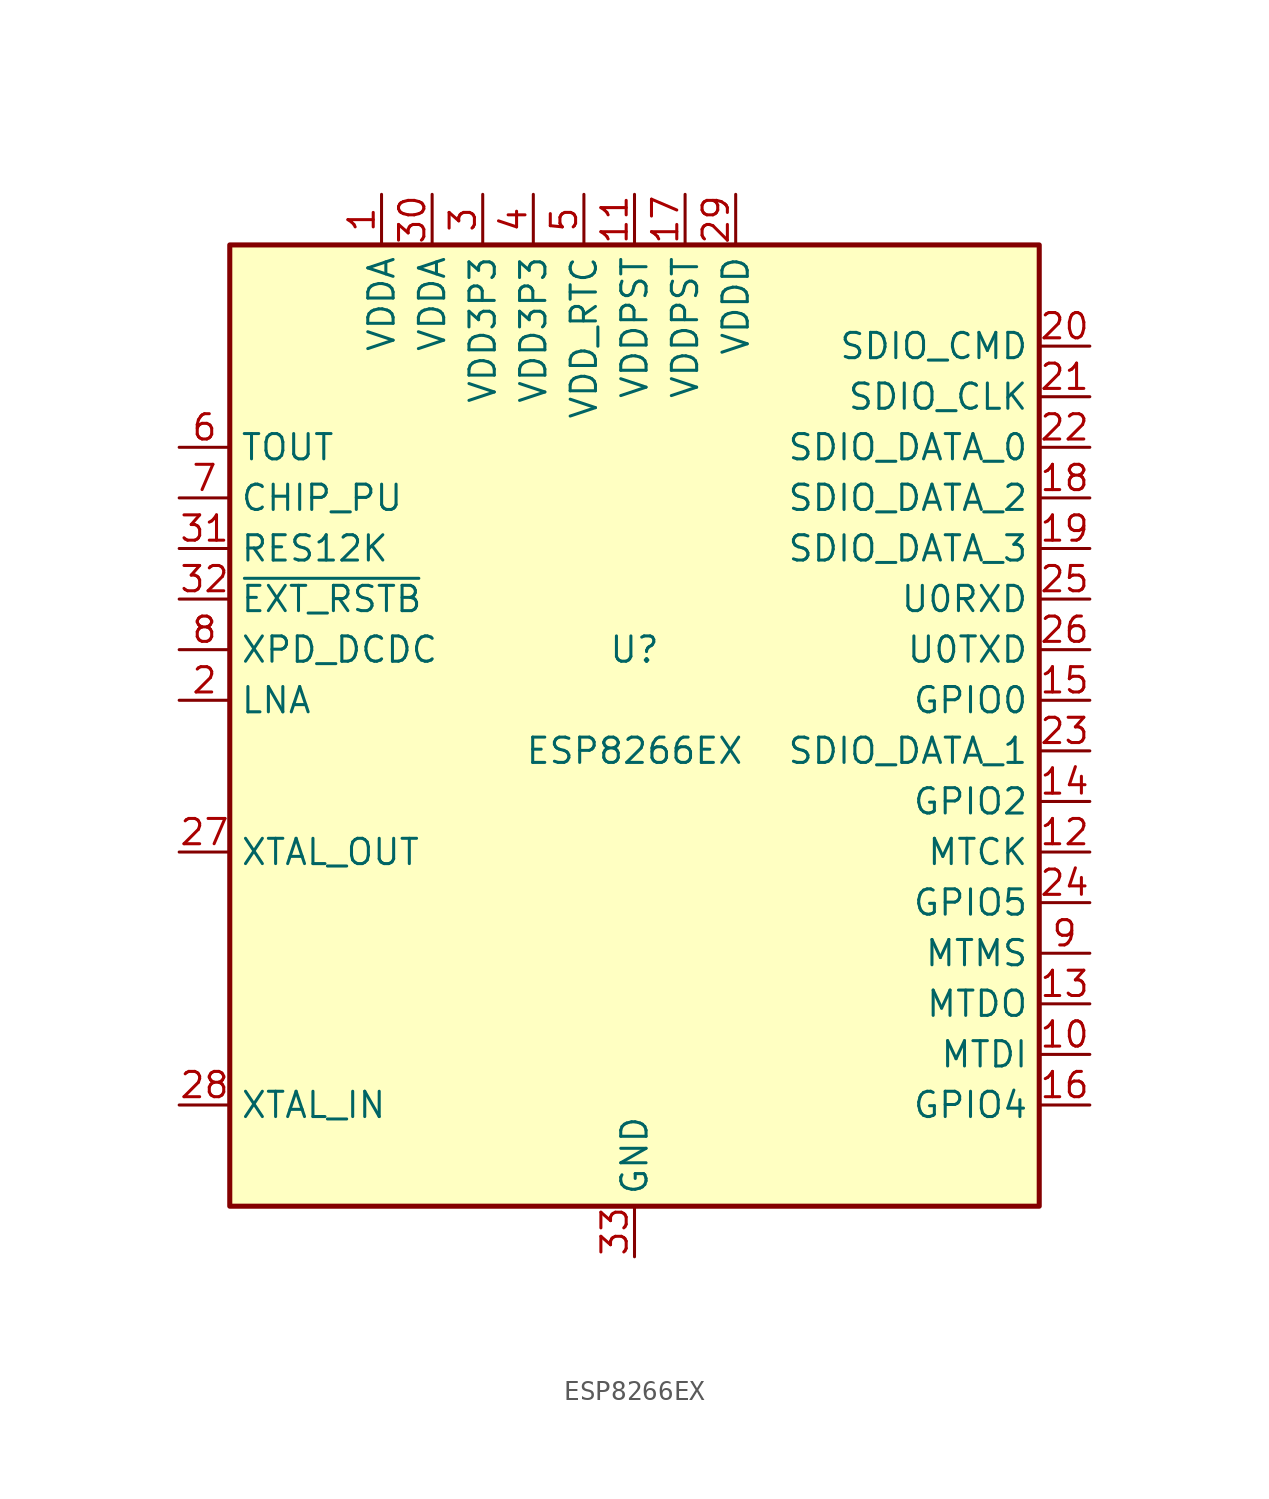
<source format=kicad_sym>
(kicad_symbol_lib
  (version 20201005)
  (generator kicad_symbol_editor)
  (symbol "MCU_Espressif:ESP8266EX"
    (property "Reference" "U"
      (at 0 2.54 0)
      (effects (font (size 1.27 1.27))))
    (property "Value" "ESP8266EX"
      (at 0 -2.54 0)
      (effects (font (size 1.27 1.27))))
    (symbol "ESP8266EX_0_1"
      (rectangle (start -20.32 22.86) (end 20.32 -25.4) (stroke (width 0.254)) (fill (type background))))
    (symbol "ESP8266EX_1_1"
      (pin power_in line (at -12.7 25.4 270) (length 2.54) (name "VDDA" (effects (font (size 1.27 1.27)))) (number "1" (effects (font (size 1.27 1.27)))))
      (pin bidirectional line (at 22.86 -17.78 180) (length 2.54) (name "MTDI" (effects (font (size 1.27 1.27)))) (number "10" (effects (font (size 1.27 1.27)))))
      (pin power_in line (at 0 25.4 270) (length 2.54) (name "VDDPST" (effects (font (size 1.27 1.27)))) (number "11" (effects (font (size 1.27 1.27)))))
      (pin bidirectional line (at 22.86 -7.62 180) (length 2.54) (name "MTCK" (effects (font (size 1.27 1.27)))) (number "12" (effects (font (size 1.27 1.27)))))
      (pin bidirectional line (at 22.86 -15.24 180) (length 2.54) (name "MTDO" (effects (font (size 1.27 1.27)))) (number "13" (effects (font (size 1.27 1.27)))))
      (pin bidirectional line (at 22.86 -5.08 180) (length 2.54) (name "GPIO2" (effects (font (size 1.27 1.27)))) (number "14" (effects (font (size 1.27 1.27)))))
      (pin bidirectional line (at 22.86 0 180) (length 2.54) (name "GPIO0" (effects (font (size 1.27 1.27)))) (number "15" (effects (font (size 1.27 1.27)))))
      (pin bidirectional line (at 22.86 -20.32 180) (length 2.54) (name "GPIO4" (effects (font (size 1.27 1.27)))) (number "16" (effects (font (size 1.27 1.27)))))
      (pin power_in line (at 2.54 25.4 270) (length 2.54) (name "VDDPST" (effects (font (size 1.27 1.27)))) (number "17" (effects (font (size 1.27 1.27)))))
      (pin bidirectional line (at 22.86 10.16 180) (length 2.54) (name "SDIO_DATA_2" (effects (font (size 1.27 1.27)))) (number "18" (effects (font (size 1.27 1.27)))))
      (pin bidirectional line (at 22.86 7.62 180) (length 2.54) (name "SDIO_DATA_3" (effects (font (size 1.27 1.27)))) (number "19" (effects (font (size 1.27 1.27)))))
      (pin bidirectional line (at -22.86 0 0) (length 2.54) (name "LNA" (effects (font (size 1.27 1.27)))) (number "2" (effects (font (size 1.27 1.27)))))
      (pin bidirectional line (at 22.86 17.78 180) (length 2.54) (name "SDIO_CMD" (effects (font (size 1.27 1.27)))) (number "20" (effects (font (size 1.27 1.27)))))
      (pin bidirectional line (at 22.86 15.24 180) (length 2.54) (name "SDIO_CLK" (effects (font (size 1.27 1.27)))) (number "21" (effects (font (size 1.27 1.27)))))
      (pin bidirectional line (at 22.86 12.7 180) (length 2.54) (name "SDIO_DATA_0" (effects (font (size 1.27 1.27)))) (number "22" (effects (font (size 1.27 1.27)))))
      (pin bidirectional line (at 22.86 -2.54 180) (length 2.54) (name "SDIO_DATA_1" (effects (font (size 1.27 1.27)))) (number "23" (effects (font (size 1.27 1.27)))))
      (pin bidirectional line (at 22.86 -10.16 180) (length 2.54) (name "GPIO5" (effects (font (size 1.27 1.27)))) (number "24" (effects (font (size 1.27 1.27)))))
      (pin bidirectional line (at 22.86 5.08 180) (length 2.54) (name "U0RXD" (effects (font (size 1.27 1.27)))) (number "25" (effects (font (size 1.27 1.27)))))
      (pin bidirectional line (at 22.86 2.54 180) (length 2.54) (name "U0TXD" (effects (font (size 1.27 1.27)))) (number "26" (effects (font (size 1.27 1.27)))))
      (pin bidirectional line (at -22.86 -7.62 0) (length 2.54) (name "XTAL_OUT" (effects (font (size 1.27 1.27)))) (number "27" (effects (font (size 1.27 1.27)))))
      (pin bidirectional line (at -22.86 -20.32 0) (length 2.54) (name "XTAL_IN" (effects (font (size 1.27 1.27)))) (number "28" (effects (font (size 1.27 1.27)))))
      (pin power_in line (at 5.08 25.4 270) (length 2.54) (name "VDDD" (effects (font (size 1.27 1.27)))) (number "29" (effects (font (size 1.27 1.27)))))
      (pin power_in line (at -7.62 25.4 270) (length 2.54) (name "VDD3P3" (effects (font (size 1.27 1.27)))) (number "3" (effects (font (size 1.27 1.27)))))
      (pin power_in line (at -10.16 25.4 270) (length 2.54) (name "VDDA" (effects (font (size 1.27 1.27)))) (number "30" (effects (font (size 1.27 1.27)))))
      (pin input line (at -22.86 7.62 0) (length 2.54) (name "RES12K" (effects (font (size 1.27 1.27)))) (number "31" (effects (font (size 1.27 1.27)))))
      (pin input line (at -22.86 5.08 0) (length 2.54) (name "~EXT_RSTB~" (effects (font (size 1.27 1.27)))) (number "32" (effects (font (size 1.27 1.27)))))
      (pin power_in line (at 0 -27.94 90) (length 2.54) (name "GND" (effects (font (size 1.27 1.27)))) (number "33" (effects (font (size 1.27 1.27)))))
      (pin power_in line (at -5.08 25.4 270) (length 2.54) (name "VDD3P3" (effects (font (size 1.27 1.27)))) (number "4" (effects (font (size 1.27 1.27)))))
      (pin power_in line (at -2.54 25.4 270) (length 2.54) (name "VDD_RTC" (effects (font (size 1.27 1.27)))) (number "5" (effects (font (size 1.27 1.27)))))
      (pin input line (at -22.86 12.7 0) (length 2.54) (name "TOUT" (effects (font (size 1.27 1.27)))) (number "6" (effects (font (size 1.27 1.27)))))
      (pin input line (at -22.86 10.16 0) (length 2.54) (name "CHIP_PU" (effects (font (size 1.27 1.27)))) (number "7" (effects (font (size 1.27 1.27)))))
      (pin bidirectional line (at -22.86 2.54 0) (length 2.54) (name "XPD_DCDC" (effects (font (size 1.27 1.27)))) (number "8" (effects (font (size 1.27 1.27)))))
      (pin bidirectional line (at 22.86 -12.7 180) (length 2.54) (name "MTMS" (effects (font (size 1.27 1.27)))) (number "9" (effects (font (size 1.27 1.27))))))))
</source>
